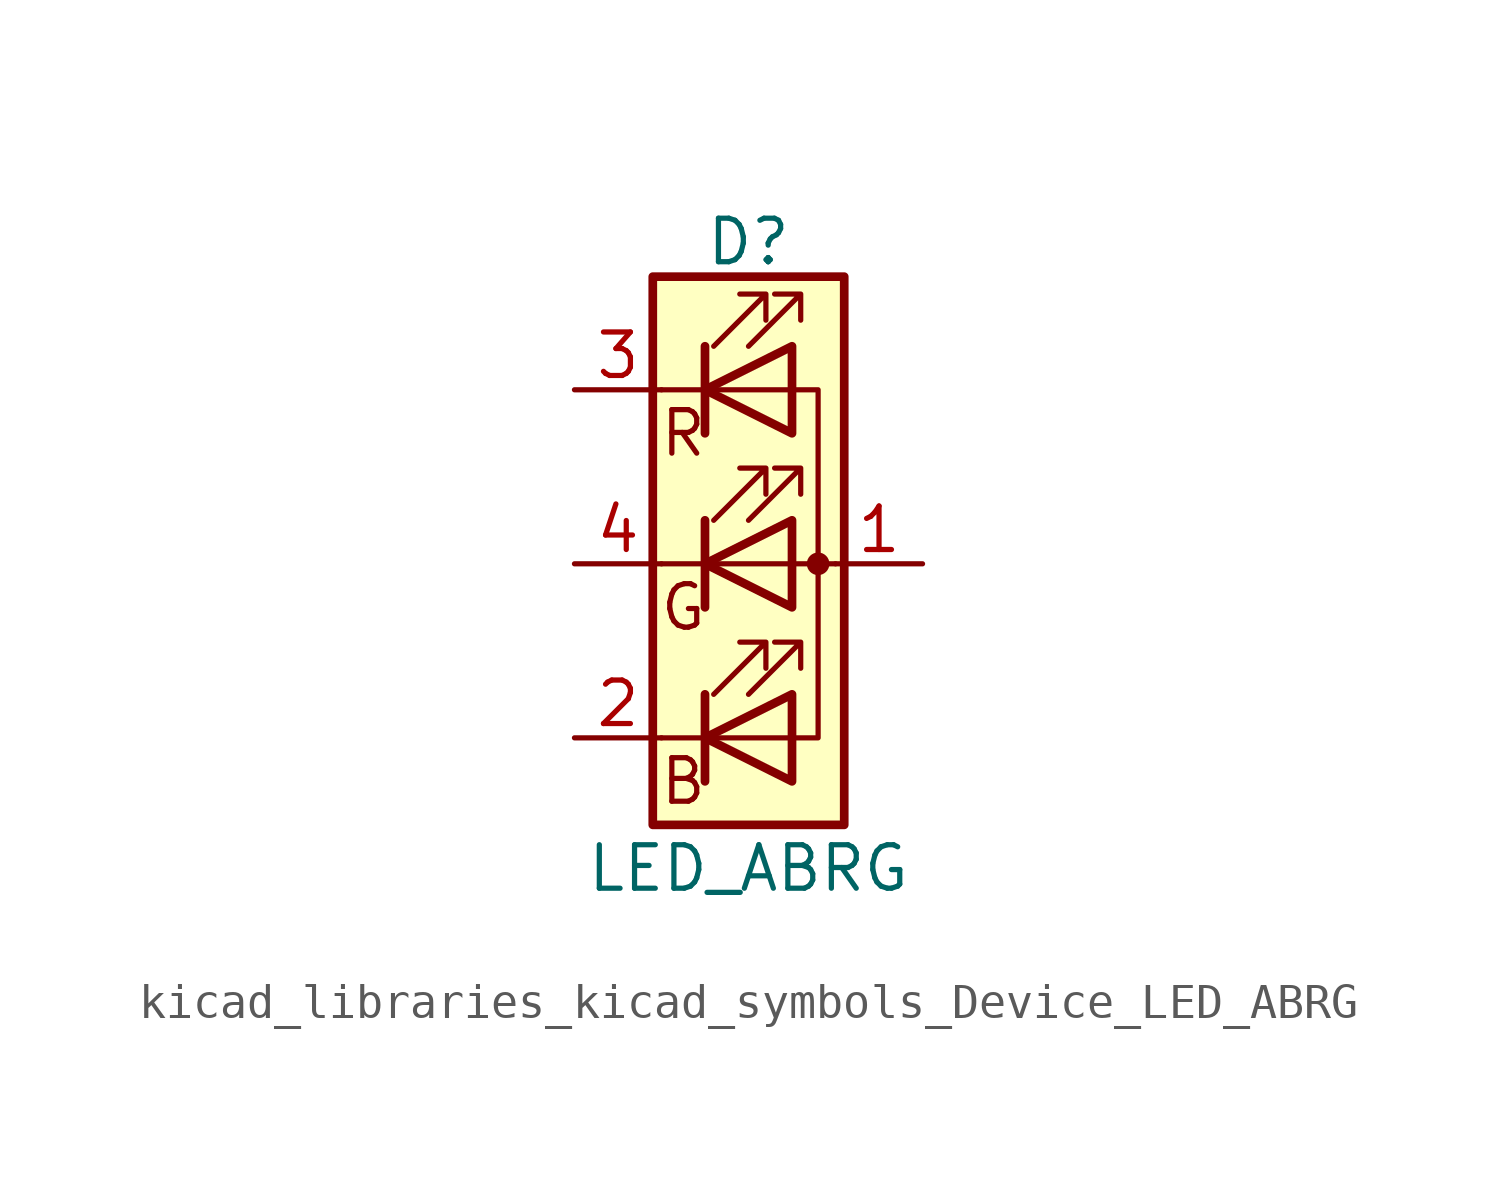
<source format=kicad_sym>
(kicad_symbol_lib
  (version 20220914)
  (generator kicad_symbol_editor)
  (symbol "kicad_libraries_kicad_symbols_Device_LED_ABRG"
    (pin_names
      (offset 0) hide)
    (property "Reference" "D"
      (at 0 9.398 0)
      (effects (font (size 1.27 1.27))))
    (property "Value" "LED_ABRG"
      (at 0 -8.89 0)
      (effects (font (size 1.27 1.27))))
    (symbol "kicad_libraries_kicad_symbols_Device_LED_ABRG_0_0"
      (text "B" (at -1.905 -6.35 0) (effects (font (size 1.27 1.27))))
      (text "G" (at -1.905 -1.27 0) (effects (font (size 1.27 1.27))))
      (text "R" (at -1.905 3.81 0) (effects (font (size 1.27 1.27)))))
    (symbol "kicad_libraries_kicad_symbols_Device_LED_ABRG_0_1"
      (polyline (pts (xy -1.27 -5.08) (xy -2.54 -5.08)) (stroke (width 0) (type default)) (fill (type none)))
      (polyline (pts (xy -1.27 -5.08) (xy 1.27 -5.08)) (stroke (width 0) (type default)) (fill (type none)))
      (polyline (pts (xy -1.27 -3.81) (xy -1.27 -6.35)) (stroke (width 0.254) (type default)) (fill (type none)))
      (polyline (pts (xy -1.27 0) (xy -2.54 0)) (stroke (width 0) (type default)) (fill (type none)))
      (polyline (pts (xy -1.27 1.27) (xy -1.27 -1.27)) (stroke (width 0.254) (type default)) (fill (type none)))
      (polyline (pts (xy -1.27 5.08) (xy -2.54 5.08)) (stroke (width 0) (type default)) (fill (type none)))
      (polyline (pts (xy -1.27 5.08) (xy 1.27 5.08)) (stroke (width 0) (type default)) (fill (type none)))
      (polyline (pts (xy -1.27 6.35) (xy -1.27 3.81)) (stroke (width 0.254) (type default)) (fill (type none)))
      (polyline (pts (xy 1.27 0) (xy -1.27 0)) (stroke (width 0) (type default)) (fill (type none)))
      (polyline (pts (xy 1.27 0) (xy 2.54 0)) (stroke (width 0) (type default)) (fill (type none)))
      (polyline (pts (xy -1.27 1.27) (xy -1.27 -1.27) (xy -1.27 -1.27)) (stroke (width 0) (type default)) (fill (type none)))
      (polyline (pts (xy -1.27 6.35) (xy -1.27 3.81) (xy -1.27 3.81)) (stroke (width 0) (type default)) (fill (type none)))
      (polyline (pts (xy 1.27 -5.08) (xy 2.032 -5.08) (xy 2.032 5.08) (xy 1.27 5.08)) (stroke (width 0) (type default)) (fill (type none)))
      (polyline (pts (xy 1.27 -3.81) (xy 1.27 -6.35) (xy -1.27 -5.08) (xy 1.27 -3.81)) (stroke (width 0.254) (type default)) (fill (type none)))
      (polyline (pts (xy 1.27 1.27) (xy 1.27 -1.27) (xy -1.27 0) (xy 1.27 1.27)) (stroke (width 0.254) (type default)) (fill (type none)))
      (polyline (pts (xy 1.27 6.35) (xy 1.27 3.81) (xy -1.27 5.08) (xy 1.27 6.35)) (stroke (width 0.254) (type default)) (fill (type none)))
      (polyline (pts (xy -1.016 -3.81) (xy 0.508 -2.286) (xy -0.254 -2.286) (xy 0.508 -2.286) (xy 0.508 -3.048)) (stroke (width 0) (type default)) (fill (type none)))
      (polyline (pts (xy -1.016 1.27) (xy 0.508 2.794) (xy -0.254 2.794) (xy 0.508 2.794) (xy 0.508 2.032)) (stroke (width 0) (type default)) (fill (type none)))
      (polyline (pts (xy -1.016 6.35) (xy 0.508 7.874) (xy -0.254 7.874) (xy 0.508 7.874) (xy 0.508 7.112)) (stroke (width 0) (type default)) (fill (type none)))
      (polyline (pts (xy 0 -3.81) (xy 1.524 -2.286) (xy 0.762 -2.286) (xy 1.524 -2.286) (xy 1.524 -3.048)) (stroke (width 0) (type default)) (fill (type none)))
      (polyline (pts (xy 0 1.27) (xy 1.524 2.794) (xy 0.762 2.794) (xy 1.524 2.794) (xy 1.524 2.032)) (stroke (width 0) (type default)) (fill (type none)))
      (polyline (pts (xy 0 6.35) (xy 1.524 7.874) (xy 0.762 7.874) (xy 1.524 7.874) (xy 1.524 7.112)) (stroke (width 0) (type default)) (fill (type none)))
      (rectangle (start 1.27 -1.27) (end 1.27 1.27) (stroke (width 0) (type default)) (fill (type none)))
      (rectangle (start 1.27 1.27) (end 1.27 1.27) (stroke (width 0) (type default)) (fill (type none)))
      (rectangle (start 1.27 3.81) (end 1.27 6.35) (stroke (width 0) (type default)) (fill (type none)))
      (rectangle (start 1.27 6.35) (end 1.27 6.35) (stroke (width 0) (type default)) (fill (type none)))
      (circle (center 2.032 0) (radius 0.254) (stroke (width 0) (type default)) (fill (type outline)))
      (rectangle (start 2.794 8.382) (end -2.794 -7.62) (stroke (width 0.254) (type default)) (fill (type background))))
    (symbol "kicad_libraries_kicad_symbols_Device_LED_ABRG_1_1"
      (pin passive line (at 5.08 0 180) (length 2.54) (name "A" (effects (font (size 1.27 1.27)))) (number "1" (effects (font (size 1.27 1.27)))))
      (pin passive line (at -5.08 -5.08 0) (length 2.54) (name "BK" (effects (font (size 1.27 1.27)))) (number "2" (effects (font (size 1.27 1.27)))))
      (pin passive line (at -5.08 5.08 0) (length 2.54) (name "RK" (effects (font (size 1.27 1.27)))) (number "3" (effects (font (size 1.27 1.27)))))
      (pin passive line (at -5.08 0 0) (length 2.54) (name "GK" (effects (font (size 1.27 1.27)))) (number "4" (effects (font (size 1.27 1.27))))))))
</source>
